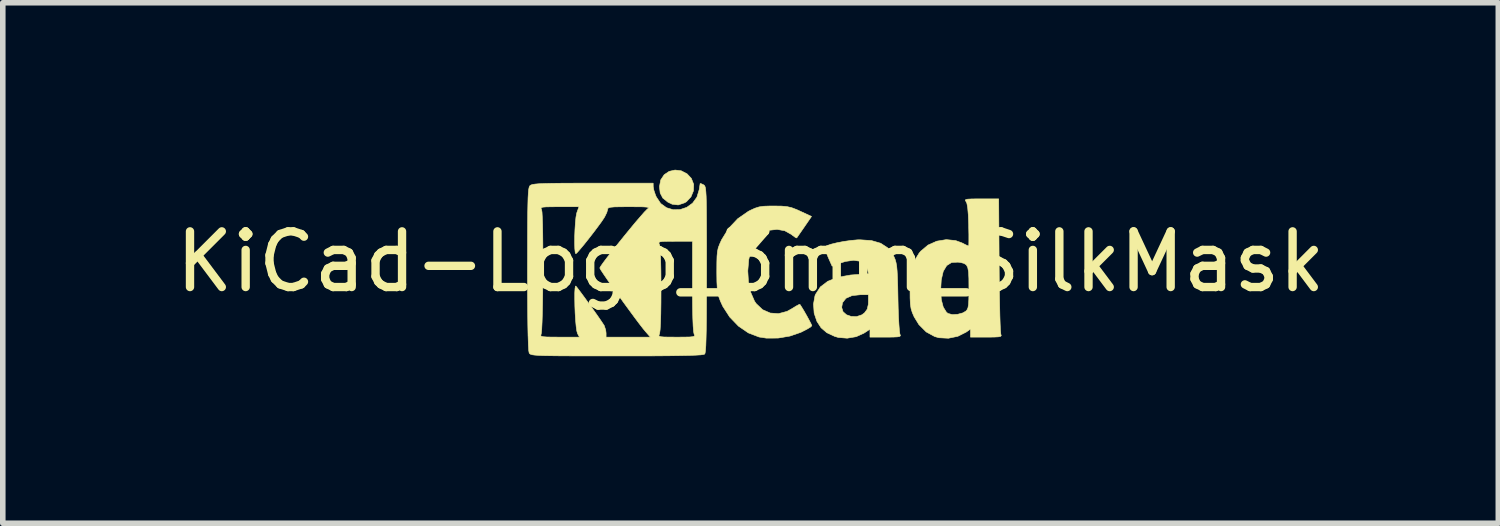
<source format=kicad_pcb>
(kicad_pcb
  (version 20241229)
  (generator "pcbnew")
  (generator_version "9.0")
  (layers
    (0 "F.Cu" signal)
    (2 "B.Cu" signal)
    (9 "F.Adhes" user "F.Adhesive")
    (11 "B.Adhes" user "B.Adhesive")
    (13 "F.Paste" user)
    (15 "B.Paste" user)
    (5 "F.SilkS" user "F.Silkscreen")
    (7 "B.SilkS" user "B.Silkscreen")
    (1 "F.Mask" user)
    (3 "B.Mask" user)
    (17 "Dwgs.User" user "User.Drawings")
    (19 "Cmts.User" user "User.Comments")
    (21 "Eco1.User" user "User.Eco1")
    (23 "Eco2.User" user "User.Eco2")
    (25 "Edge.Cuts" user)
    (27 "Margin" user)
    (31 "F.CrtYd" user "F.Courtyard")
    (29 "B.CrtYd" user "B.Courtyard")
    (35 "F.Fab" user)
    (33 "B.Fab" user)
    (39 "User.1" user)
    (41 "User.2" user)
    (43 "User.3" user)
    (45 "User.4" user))
  (footprint "KiCad-Logo_3mm_SilkMask"
    (layer "F.Cu")
    (at 10.435 1.652)
    (property "Reference" "KiCad-Logo_3mm_SilkMask" (at 0 0 0) (layer "F.SilkS") (effects (font (size 1 1) (thickness 0.15))))
    (attr exclude_from_pos_files exclude_from_bom)
    (fp_poly (pts (xy -1.247 -1.634) (xy -1.142 -1.58) (xy -1.064 -1.497) (xy -1.022 -1.39) (xy -1.026 -1.274) (xy -1.071 -1.165) (xy -1.152 -1.078) (xy -1.184 -1.059) (xy -1.3 -1.02) (xy -1.409 -1.033) (xy -1.487 -1.071) (xy -1.577 -1.144) (xy -1.624 -1.234) (xy -1.637 -1.349) (xy -1.614 -1.47) (xy -1.552 -1.563) (xy -1.463 -1.623) (xy -1.357 -1.647) (xy -1.247 -1.634)) (stroke (width 0.01) (type solid)) (fill yes) (layer "F.SilkS"))
    (fp_poly (pts (xy 0.557 -0.999) (xy 0.655 -0.99) (xy 0.738 -0.971) (xy 0.827 -0.937) (xy 0.893 -0.907) (xy 1.095 -0.813) (xy 0.966 -0.625) (xy 0.905 -0.537) (xy 0.857 -0.468) (xy 0.831 -0.43) (xy 0.829 -0.427) (xy 0.805 -0.436) (xy 0.754 -0.473) (xy 0.735 -0.489) (xy 0.615 -0.556) (xy 0.477 -0.581) (xy 0.336 -0.565) (xy 0.208 -0.511) (xy 0.106 -0.42) (xy 0.085 -0.39) (xy 0.012 -0.228) (xy -0.033 -0.038) (xy -0.05 0.165) (xy -0.038 0.366) (xy 0.003 0.552) (xy 0.071 0.709) (xy 0.101 0.753) (xy 0.216 0.862) (xy 0.353 0.922) (xy 0.502 0.933) (xy 0.656 0.892) (xy 0.744 0.843) (xy 0.818 0.797) (xy 0.869 0.77) (xy 0.886 0.766) (xy 0.916 0.812) (xy 0.961 0.886) (xy 1.01 0.972) (xy 1.055 1.055) (xy 1.088 1.119) (xy 1.101 1.15) (xy 1.077 1.174) (xy 1.014 1.212) (xy 0.924 1.258) (xy 0.902 1.269) (xy 0.707 1.336) (xy 0.493 1.372) (xy 0.284 1.373) (xy 0.153 1.353) (xy -0.04 1.279) (xy -0.218 1.157) (xy -0.375 0.994) (xy -0.5 0.8) (xy -0.543 0.706) (xy -0.57 0.633) (xy -0.588 0.56) (xy -0.599 0.474) (xy -0.605 0.362) (xy -0.607 0.209) (xy -0.607 0.169) (xy -0.606 0.014) (xy -0.603 -0.099) (xy -0.595 -0.182) (xy -0.581 -0.249) (xy -0.557 -0.313) (xy -0.523 -0.389) (xy -0.52 -0.395) (xy -0.395 -0.598) (xy -0.231 -0.772) (xy -0.04 -0.905) (xy -0.007 -0.922) (xy 0.078 -0.961) (xy 0.154 -0.985) (xy 0.239 -0.997) (xy 0.353 -1.001) (xy 0.423 -1.001) (xy 0.557 -0.999)) (stroke (width 0.01) (type solid)) (fill yes) (layer "F.SilkS"))
    (fp_poly (pts (xy 2.172 -0.38) (xy 2.337 -0.332) (xy 2.463 -0.25) (xy 2.556 -0.13) (xy 2.578 -0.087) (xy 2.598 -0.039) (xy 2.613 0.014) (xy 2.625 0.08) (xy 2.633 0.167) (xy 2.639 0.284) (xy 2.644 0.44) (xy 2.648 0.644) (xy 2.648 0.649) (xy 2.652 0.831) (xy 2.658 0.996) (xy 2.666 1.135) (xy 2.674 1.238) (xy 2.682 1.297) (xy 2.685 1.305) (xy 2.693 1.328) (xy 2.681 1.342) (xy 2.64 1.35) (xy 2.562 1.354) (xy 2.437 1.355) (xy 2.428 1.355) (xy 2.145 1.355) (xy 2.145 1.213) (xy 2.035 1.285) (xy 1.897 1.347) (xy 1.736 1.374) (xy 1.577 1.361) (xy 1.512 1.342) (xy 1.369 1.275) (xy 1.267 1.187) (xy 1.192 1.072) (xy 1.142 0.924) (xy 1.135 0.821) (xy 1.637 0.821) (xy 1.661 0.898) (xy 1.724 0.954) (xy 1.811 0.984) (xy 1.908 0.985) (xy 2 0.954) (xy 2.047 0.919) (xy 2.096 0.852) (xy 2.115 0.768) (xy 2.117 0.721) (xy 2.117 0.593) (xy 1.974 0.593) (xy 1.822 0.609) (xy 1.714 0.657) (xy 1.652 0.736) (xy 1.637 0.821) (xy 1.135 0.821) (xy 1.13 0.763) (xy 1.157 0.612) (xy 1.168 0.585) (xy 1.254 0.453) (xy 1.388 0.351) (xy 1.569 0.28) (xy 1.796 0.239) (xy 1.866 0.234) (xy 2.121 0.217) (xy 2.103 0.144) (xy 2.056 0.049) (xy 1.97 -0.008) (xy 1.851 -0.026) (xy 1.704 -0.005) (xy 1.608 0.026) (xy 1.465 0.08) (xy 1.395 -0.078) (xy 1.359 -0.166) (xy 1.338 -0.234) (xy 1.334 -0.264) (xy 1.367 -0.287) (xy 1.444 -0.314) (xy 1.55 -0.34) (xy 1.674 -0.364) (xy 1.802 -0.382) (xy 1.921 -0.393) (xy 1.964 -0.394) (xy 2.172 -0.38)) (stroke (width 0.01) (type solid)) (fill yes) (layer "F.SilkS"))
    (fp_poly (pts (xy 4.458 -1.129) (xy 4.466 0.064) (xy 4.468 0.319) (xy 4.471 0.558) (xy 4.475 0.775) (xy 4.479 0.962) (xy 4.484 1.115) (xy 4.489 1.227) (xy 4.495 1.292) (xy 4.497 1.305) (xy 4.504 1.328) (xy 4.491 1.342) (xy 4.45 1.35) (xy 4.371 1.354) (xy 4.246 1.355) (xy 4.236 1.355) (xy 3.951 1.355) (xy 3.951 1.21) (xy 3.873 1.265) (xy 3.724 1.34) (xy 3.554 1.375) (xy 3.385 1.366) (xy 3.309 1.345) (xy 3.155 1.261) (xy 3.025 1.131) (xy 2.939 0.991) (xy 2.905 0.913) (xy 2.883 0.841) (xy 2.871 0.76) (xy 2.866 0.653) (xy 2.865 0.522) (xy 2.865 0.516) (xy 3.415 0.516) (xy 3.427 0.683) (xy 3.462 0.816) (xy 3.518 0.906) (xy 3.546 0.929) (xy 3.622 0.95) (xy 3.72 0.945) (xy 3.815 0.919) (xy 3.869 0.887) (xy 3.891 0.861) (xy 3.906 0.825) (xy 3.916 0.768) (xy 3.921 0.68) (xy 3.923 0.551) (xy 3.923 0.465) (xy 3.922 0.3) (xy 3.916 0.183) (xy 3.902 0.105) (xy 3.876 0.057) (xy 3.834 0.03) (xy 3.772 0.014) (xy 3.725 0.008) (xy 3.612 0.014) (xy 3.524 0.069) (xy 3.462 0.172) (xy 3.426 0.325) (xy 3.415 0.516) (xy 2.865 0.516) (xy 2.873 0.297) (xy 2.902 0.116) (xy 2.953 -0.032) (xy 3.029 -0.156) (xy 3.058 -0.19) (xy 3.188 -0.299) (xy 3.345 -0.369) (xy 3.516 -0.397) (xy 3.684 -0.38) (xy 3.796 -0.339) (xy 3.865 -0.304) (xy 3.91 -0.284) (xy 3.918 -0.282) (xy 3.921 -0.309) (xy 3.922 -0.381) (xy 3.922 -0.49) (xy 3.919 -0.623) (xy 3.919 -0.659) (xy 3.912 -0.837) (xy 3.901 -0.965) (xy 3.887 -1.046) (xy 3.87 -1.082) (xy 3.857 -1.103) (xy 3.865 -1.116) (xy 3.902 -1.124) (xy 3.976 -1.128) (xy 4.096 -1.129) (xy 4.145 -1.129) (xy 4.458 -1.129)) (stroke (width 0.01) (type solid)) (fill yes) (layer "F.SilkS"))
    (fp_poly (pts (xy -1.749 -1.348) (xy -1.737 -1.283) (xy -1.708 -1.197) (xy -1.694 -1.165) (xy -1.615 -1.046) (xy -1.51 -0.97) (xy -1.39 -0.934) (xy -1.265 -0.937) (xy -1.146 -0.977) (xy -1.042 -1.052) (xy -0.964 -1.16) (xy -0.922 -1.298) (xy -0.912 -1.366) (xy -0.906 -1.403) (xy -0.906 -1.405) (xy -0.883 -1.4) (xy -0.847 -1.383) (xy -0.834 -1.375) (xy -0.824 -1.362) (xy -0.815 -1.341) (xy -0.808 -1.305) (xy -0.803 -1.252) (xy -0.798 -1.175) (xy -0.795 -1.071) (xy -0.793 -0.935) (xy -0.792 -0.762) (xy -0.791 -0.548) (xy -0.79 -0.289) (xy -0.79 0.021) (xy -0.79 0.136) (xy -0.791 0.487) (xy -0.792 0.784) (xy -0.793 1.032) (xy -0.796 1.233) (xy -0.8 1.391) (xy -0.804 1.51) (xy -0.81 1.592) (xy -0.817 1.641) (xy -0.824 1.659) (xy -0.846 1.667) (xy -0.898 1.674) (xy -0.983 1.679) (xy -1.105 1.684) (xy -1.266 1.687) (xy -1.47 1.69) (xy -1.721 1.692) (xy -2.021 1.693) (xy -2.374 1.693) (xy -2.404 1.693) (xy -2.738 1.693) (xy -3.021 1.693) (xy -3.256 1.692) (xy -3.448 1.691) (xy -3.602 1.689) (xy -3.721 1.687) (xy -3.811 1.683) (xy -3.876 1.678) (xy -3.921 1.672) (xy -3.949 1.664) (xy -3.966 1.655) (xy -3.975 1.644) (xy -3.978 1.639) (xy -3.986 1.596) (xy -3.992 1.498) (xy -3.997 1.345) (xy -3.998 1.326) (xy -3.77 1.326) (xy -3.759 1.34) (xy -3.722 1.348) (xy -3.652 1.353) (xy -3.539 1.354) (xy -3.431 1.355) (xy -3.074 1.355) (xy -3.109 1.291) (xy -3.122 1.245) (xy -3.134 1.16) (xy -3.144 1.05) (xy -3.152 0.924) (xy -3.157 0.792) (xy -3.159 0.668) (xy -3.159 0.56) (xy -3.154 0.48) (xy -3.146 0.439) (xy -3.139 0.437) (xy -3.108 0.476) (xy -3.052 0.55) (xy -2.979 0.649) (xy -2.898 0.762) (xy -2.815 0.877) (xy -2.739 0.985) (xy -2.677 1.075) (xy -2.638 1.134) (xy -2.629 1.148) (xy -2.603 1.227) (xy -2.596 1.282) (xy -2.596 1.355) (xy -1.8 1.355) (xy -1.828 1.323) (xy -1.647 1.323) (xy -1.641 1.338) (xy -1.611 1.348) (xy -1.549 1.353) (xy -1.445 1.354) (xy -1.326 1.355) (xy -1.184 1.354) (xy -1.089 1.352) (xy -1.033 1.346) (xy -1.009 1.336) (xy -1.006 1.319) (xy -1.015 1.3) (xy -1.024 1.254) (xy -1.032 1.156) (xy -1.038 1.009) (xy -1.042 0.818) (xy -1.044 0.586) (xy -1.044 0.439) (xy -1.044 -0.367) (xy -1.356 -0.367) (xy -1.491 -0.366) (xy -1.579 -0.364) (xy -1.628 -0.357) (xy -1.647 -0.345) (xy -1.645 -0.326) (xy -1.638 -0.312) (xy -1.629 -0.266) (xy -1.621 -0.168) (xy -1.615 -0.023) (xy -1.611 0.166) (xy -1.609 0.392) (xy -1.609 0.494) (xy -1.61 0.735) (xy -1.613 0.939) (xy -1.618 1.103) (xy -1.625 1.22) (xy -1.634 1.288) (xy -1.638 1.3) (xy -1.647 1.323) (xy -1.828 1.323) (xy -1.884 1.259) (xy -1.933 1.2) (xy -2.004 1.108) (xy -2.091 0.992) (xy -2.188 0.86) (xy -2.291 0.719) (xy -2.393 0.576) (xy -2.49 0.44) (xy -2.576 0.318) (xy -2.644 0.218) (xy -2.691 0.147) (xy -2.709 0.113) (xy -2.709 0.112) (xy -2.692 0.081) (xy -2.645 0.014) (xy -2.573 -0.081) (xy -2.483 -0.196) (xy -2.381 -0.324) (xy -2.274 -0.457) (xy -2.167 -0.588) (xy -2.066 -0.71) (xy -1.977 -0.813) (xy -1.908 -0.892) (xy -1.863 -0.938) (xy -1.855 -0.945) (xy -1.835 -0.962) (xy -1.836 -0.974) (xy -1.867 -0.981) (xy -1.934 -0.986) (xy -2.043 -0.987) (xy -2.181 -0.988) (xy -2.336 -0.987) (xy -2.444 -0.985) (xy -2.512 -0.979) (xy -2.55 -0.969) (xy -2.566 -0.954) (xy -2.568 -0.938) (xy -2.583 -0.884) (xy -2.619 -0.81) (xy -2.632 -0.788) (xy -2.678 -0.719) (xy -2.744 -0.629) (xy -2.823 -0.524) (xy -2.906 -0.417) (xy -2.987 -0.315) (xy -3.058 -0.23) (xy -3.111 -0.169) (xy -3.139 -0.143) (xy -3.14 -0.143) (xy -3.151 -0.168) (xy -3.158 -0.236) (xy -3.161 -0.337) (xy -3.16 -0.456) (xy -3.155 -0.581) (xy -3.147 -0.701) (xy -3.137 -0.802) (xy -3.124 -0.872) (xy -3.121 -0.882) (xy -3.083 -0.988) (xy -3.433 -0.988) (xy -3.579 -0.987) (xy -3.676 -0.985) (xy -3.734 -0.98) (xy -3.76 -0.97) (xy -3.764 -0.954) (xy -3.754 -0.932) (xy -3.747 -0.891) (xy -3.742 -0.802) (xy -3.737 -0.671) (xy -3.734 -0.507) (xy -3.732 -0.317) (xy -3.731 -0.109) (xy -3.731 0.109) (xy -3.732 0.33) (xy -3.734 0.546) (xy -3.737 0.749) (xy -3.741 0.932) (xy -3.746 1.087) (xy -3.752 1.206) (xy -3.759 1.282) (xy -3.764 1.305) (xy -3.77 1.326) (xy -3.998 1.326) (xy -4.002 1.139) (xy -4.005 0.881) (xy -4.007 0.572) (xy -4.008 0.212) (xy -4.008 0.131) (xy -4.007 -0.196) (xy -4.007 -0.472) (xy -4.006 -0.7) (xy -4.004 -0.885) (xy -4.001 -1.032) (xy -3.998 -1.146) (xy -3.993 -1.23) (xy -3.988 -1.29) (xy -3.98 -1.33) (xy -3.972 -1.354) (xy -3.963 -1.367) (xy -3.946 -1.378) (xy -3.917 -1.388) (xy -3.869 -1.395) (xy -3.799 -1.401) (xy -3.699 -1.405) (xy -3.567 -1.408) (xy -3.395 -1.41) (xy -3.178 -1.411) (xy -2.912 -1.411) (xy -2.834 -1.411) (xy -1.75 -1.411) (xy -1.749 -1.348)) (stroke (width 0.01) (type solid)) (fill yes) (layer "F.SilkS")))
  (gr_rect
    (start -3 -3)
    (end 23.869 6.351)
    (stroke (width 0.1) (type default))
    (fill no)
    (layer "Edge.Cuts")))
</source>
